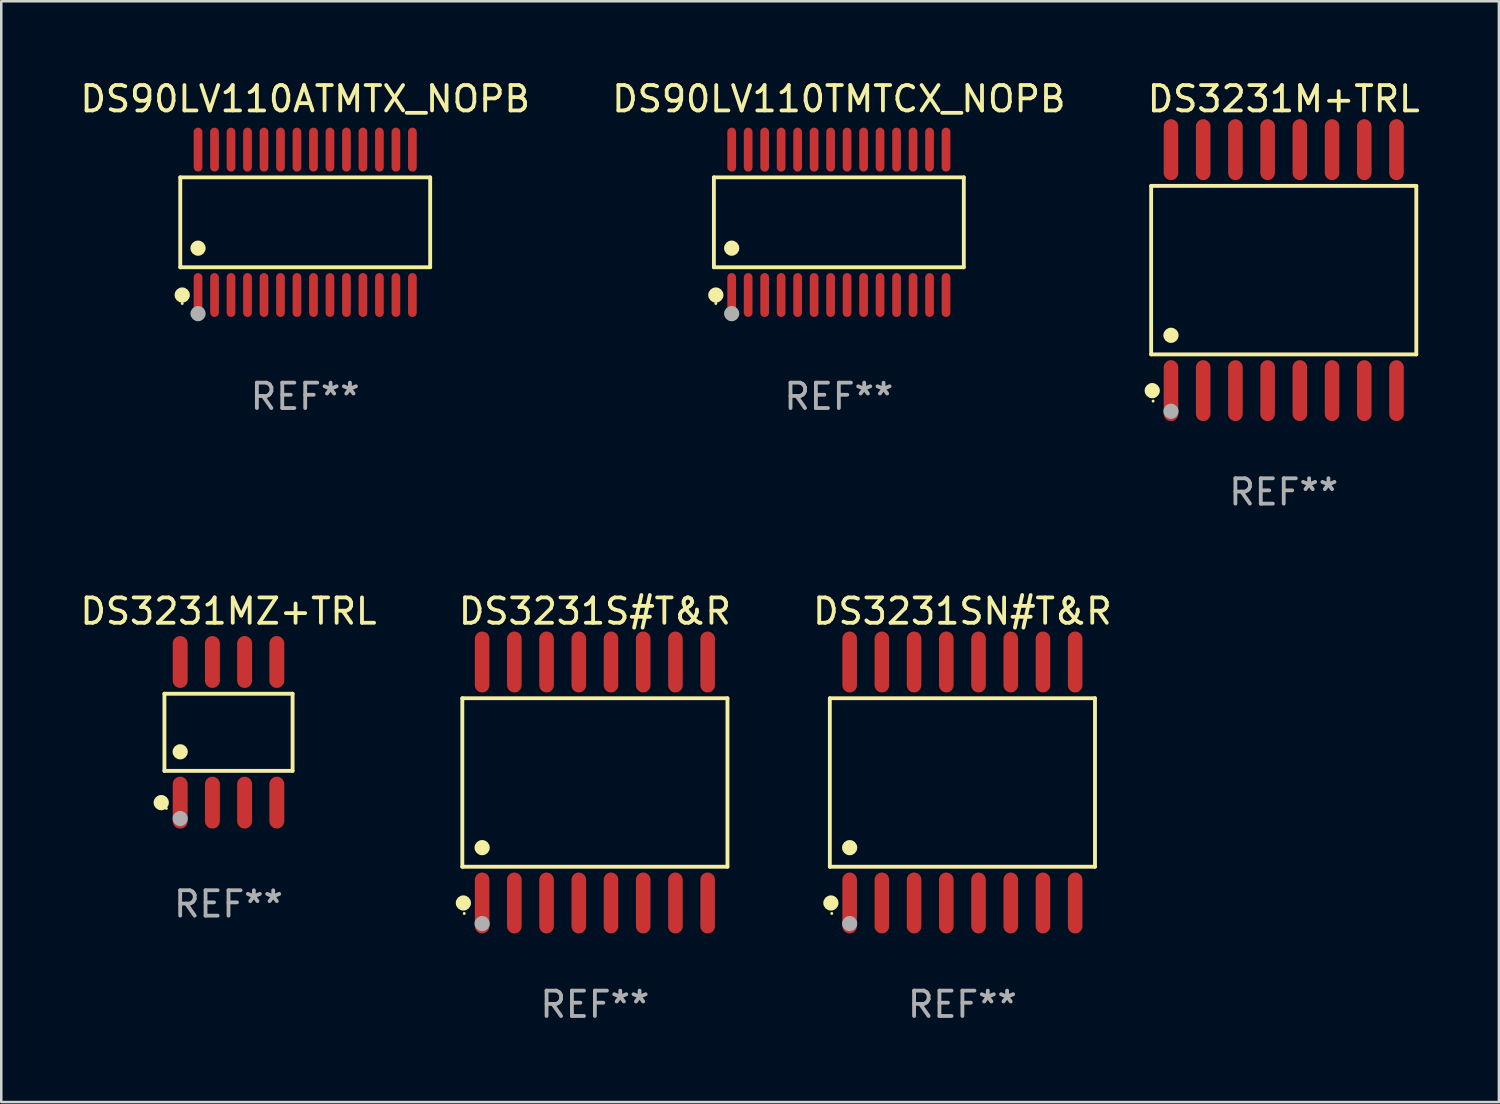
<source format=kicad_pcb>
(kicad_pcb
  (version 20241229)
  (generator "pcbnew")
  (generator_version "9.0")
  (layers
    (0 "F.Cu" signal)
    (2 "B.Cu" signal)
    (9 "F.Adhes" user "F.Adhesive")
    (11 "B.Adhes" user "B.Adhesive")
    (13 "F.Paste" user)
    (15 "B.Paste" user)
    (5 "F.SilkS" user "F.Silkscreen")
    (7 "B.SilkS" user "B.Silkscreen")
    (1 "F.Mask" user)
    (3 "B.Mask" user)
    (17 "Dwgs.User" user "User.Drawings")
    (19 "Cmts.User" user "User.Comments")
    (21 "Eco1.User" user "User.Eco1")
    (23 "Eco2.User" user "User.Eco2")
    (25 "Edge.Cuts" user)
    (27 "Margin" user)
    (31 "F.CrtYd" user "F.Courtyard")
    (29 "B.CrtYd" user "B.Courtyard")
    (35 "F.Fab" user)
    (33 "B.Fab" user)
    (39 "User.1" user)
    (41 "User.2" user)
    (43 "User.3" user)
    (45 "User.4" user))
  (footprint "DS3231S#T&R"
    (layer "F.Cu")
    (at 20.401 27.796)
    (property "Reference" "DS3231S#T&R" (at 0 -6.75 0) (layer "F.SilkS") (effects (font (size 1 1) (thickness 0.15))))
    (attr through_hole)
    (fp_line (start -5.226 -3.321) (end 5.226 -3.321) (stroke (width 0.152) (type solid)) (layer "F.SilkS"))
    (fp_line (start -5.226 3.321) (end -5.226 -3.321) (stroke (width 0.152) (type solid)) (layer "F.SilkS"))
    (fp_line (start 5.226 -3.321) (end 5.226 3.321) (stroke (width 0.152) (type solid)) (layer "F.SilkS"))
    (fp_line (start 5.226 3.321) (end -5.226 3.321) (stroke (width 0.152) (type solid)) (layer "F.SilkS"))
    (fp_circle (center -5.184 4.75) (end -5.034 4.75) (stroke (width 0.3) (type solid)) (fill no) (layer "F.SilkS"))
    (fp_circle (center -5.15 5.163) (end -5.12 5.163) (stroke (width 0.06) (type solid)) (fill no) (layer "F.SilkS"))
    (fp_circle (center -4.445 2.569) (end -4.295 2.569) (stroke (width 0.3) (type solid)) (fill no) (layer "F.SilkS"))
    (fp_circle (center -4.445 5.563) (end -4.295 5.563) (stroke (width 0.3) (type solid)) (fill no) (layer "F.Fab"))
    (fp_text user "REF**" (at 0 8.75 0) (layer "F.Fab") (effects (font (size 1 1) (thickness 0.15))))
    (pad "1" smd oval (at -4.445 4.75) (size 0.574 2.401) (layers "F.Cu" "F.Mask" "F.Paste"))
    (pad "2" smd oval (at -3.175 4.75) (size 0.574 2.401) (layers "F.Cu" "F.Mask" "F.Paste"))
    (pad "3" smd oval (at -1.905 4.75) (size 0.574 2.401) (layers "F.Cu" "F.Mask" "F.Paste"))
    (pad "4" smd oval (at -0.635 4.75) (size 0.574 2.401) (layers "F.Cu" "F.Mask" "F.Paste"))
    (pad "5" smd oval (at 0.635 4.75) (size 0.574 2.401) (layers "F.Cu" "F.Mask" "F.Paste"))
    (pad "6" smd oval (at 1.905 4.75) (size 0.574 2.401) (layers "F.Cu" "F.Mask" "F.Paste"))
    (pad "7" smd oval (at 3.175 4.75) (size 0.574 2.401) (layers "F.Cu" "F.Mask" "F.Paste"))
    (pad "8" smd oval (at 4.445 4.75) (size 0.574 2.401) (layers "F.Cu" "F.Mask" "F.Paste"))
    (pad "9" smd oval (at 4.445 -4.75) (size 0.574 2.401) (layers "F.Cu" "F.Mask" "F.Paste"))
    (pad "10" smd oval (at 3.175 -4.75) (size 0.574 2.401) (layers "F.Cu" "F.Mask" "F.Paste"))
    (pad "11" smd oval (at 1.905 -4.75) (size 0.574 2.401) (layers "F.Cu" "F.Mask" "F.Paste"))
    (pad "12" smd oval (at 0.635 -4.75) (size 0.574 2.401) (layers "F.Cu" "F.Mask" "F.Paste"))
    (pad "13" smd oval (at -0.635 -4.75) (size 0.574 2.401) (layers "F.Cu" "F.Mask" "F.Paste"))
    (pad "14" smd oval (at -1.905 -4.75) (size 0.574 2.401) (layers "F.Cu" "F.Mask" "F.Paste"))
    (pad "15" smd oval (at -3.175 -4.75) (size 0.574 2.401) (layers "F.Cu" "F.Mask" "F.Paste"))
    (pad "16" smd oval (at -4.445 -4.75) (size 0.574 2.401) (layers "F.Cu" "F.Mask" "F.Paste")))
  (footprint "DS90LV110TMTCX_NOPB"
    (layer "F.Cu")
    (at 30.018 5.714)
    (property "Reference" "DS90LV110TMTCX_NOPB" (at 0 -4.866 0) (layer "F.SilkS") (effects (font (size 1 1) (thickness 0.15))))
    (attr through_hole)
    (fp_line (start -4.926 -1.772) (end 4.926 -1.772) (stroke (width 0.152) (type solid)) (layer "F.SilkS"))
    (fp_line (start -4.926 1.771) (end -4.926 -1.772) (stroke (width 0.152) (type solid)) (layer "F.SilkS"))
    (fp_line (start 4.926 -1.772) (end 4.926 1.771) (stroke (width 0.152) (type solid)) (layer "F.SilkS"))
    (fp_line (start 4.926 1.771) (end -4.926 1.771) (stroke (width 0.152) (type solid)) (layer "F.SilkS"))
    (fp_circle (center -4.85 3.2) (end -4.82 3.2) (stroke (width 0.06) (type solid)) (fill no) (layer "F.SilkS"))
    (fp_circle (center -4.849 2.866) (end -4.699 2.866) (stroke (width 0.3) (type solid)) (fill no) (layer "F.SilkS"))
    (fp_circle (center -4.225 1.019) (end -4.075 1.019) (stroke (width 0.3) (type solid)) (fill no) (layer "F.SilkS"))
    (fp_circle (center -4.225 3.6) (end -4.075 3.6) (stroke (width 0.3) (type solid)) (fill no) (layer "F.Fab"))
    (fp_text user "REF**" (at 0 6.866 0) (layer "F.Fab") (effects (font (size 1 1) (thickness 0.15))))
    (pad "1" smd oval (at -4.225 2.866) (size 0.343 1.731) (layers "F.Cu" "F.Mask" "F.Paste"))
    (pad "2" smd oval (at -3.575 2.866) (size 0.343 1.731) (layers "F.Cu" "F.Mask" "F.Paste"))
    (pad "3" smd oval (at -2.925 2.866) (size 0.343 1.731) (layers "F.Cu" "F.Mask" "F.Paste"))
    (pad "4" smd oval (at -2.275 2.866) (size 0.343 1.731) (layers "F.Cu" "F.Mask" "F.Paste"))
    (pad "5" smd oval (at -1.625 2.866) (size 0.343 1.731) (layers "F.Cu" "F.Mask" "F.Paste"))
    (pad "6" smd oval (at -0.975 2.866) (size 0.343 1.731) (layers "F.Cu" "F.Mask" "F.Paste"))
    (pad "7" smd oval (at -0.325 2.866) (size 0.343 1.731) (layers "F.Cu" "F.Mask" "F.Paste"))
    (pad "8" smd oval (at 0.325 2.866) (size 0.343 1.731) (layers "F.Cu" "F.Mask" "F.Paste"))
    (pad "9" smd oval (at 0.975 2.866) (size 0.343 1.731) (layers "F.Cu" "F.Mask" "F.Paste"))
    (pad "10" smd oval (at 1.625 2.866) (size 0.343 1.731) (layers "F.Cu" "F.Mask" "F.Paste"))
    (pad "11" smd oval (at 2.275 2.866) (size 0.343 1.731) (layers "F.Cu" "F.Mask" "F.Paste"))
    (pad "12" smd oval (at 2.925 2.866) (size 0.343 1.731) (layers "F.Cu" "F.Mask" "F.Paste"))
    (pad "13" smd oval (at 3.575 2.866) (size 0.343 1.731) (layers "F.Cu" "F.Mask" "F.Paste"))
    (pad "14" smd oval (at 4.225 2.866) (size 0.343 1.731) (layers "F.Cu" "F.Mask" "F.Paste"))
    (pad "15" smd oval (at 4.225 -2.866) (size 0.343 1.731) (layers "F.Cu" "F.Mask" "F.Paste"))
    (pad "16" smd oval (at 3.575 -2.866) (size 0.343 1.731) (layers "F.Cu" "F.Mask" "F.Paste"))
    (pad "17" smd oval (at 2.925 -2.866) (size 0.343 1.731) (layers "F.Cu" "F.Mask" "F.Paste"))
    (pad "18" smd oval (at 2.275 -2.866) (size 0.343 1.731) (layers "F.Cu" "F.Mask" "F.Paste"))
    (pad "19" smd oval (at 1.625 -2.866) (size 0.343 1.731) (layers "F.Cu" "F.Mask" "F.Paste"))
    (pad "20" smd oval (at 0.975 -2.866) (size 0.343 1.731) (layers "F.Cu" "F.Mask" "F.Paste"))
    (pad "21" smd oval (at 0.325 -2.866) (size 0.343 1.731) (layers "F.Cu" "F.Mask" "F.Paste"))
    (pad "22" smd oval (at -0.325 -2.866) (size 0.343 1.731) (layers "F.Cu" "F.Mask" "F.Paste"))
    (pad "23" smd oval (at -0.975 -2.866) (size 0.343 1.731) (layers "F.Cu" "F.Mask" "F.Paste"))
    (pad "24" smd oval (at -1.625 -2.866) (size 0.343 1.731) (layers "F.Cu" "F.Mask" "F.Paste"))
    (pad "25" smd oval (at -2.275 -2.866) (size 0.343 1.731) (layers "F.Cu" "F.Mask" "F.Paste"))
    (pad "26" smd oval (at -2.925 -2.866) (size 0.343 1.731) (layers "F.Cu" "F.Mask" "F.Paste"))
    (pad "27" smd oval (at -3.575 -2.866) (size 0.343 1.731) (layers "F.Cu" "F.Mask" "F.Paste"))
    (pad "28" smd oval (at -4.225 -2.866) (size 0.343 1.731) (layers "F.Cu" "F.Mask" "F.Paste")))
  (footprint "DS3231M+TRL"
    (layer "F.Cu")
    (at 47.556 7.599)
    (property "Reference" "DS3231M+TRL" (at 0 -6.75 0) (layer "F.SilkS") (effects (font (size 1 1) (thickness 0.15))))
    (attr through_hole)
    (fp_line (start -5.226 -3.321) (end 5.226 -3.321) (stroke (width 0.152) (type solid)) (layer "F.SilkS"))
    (fp_line (start -5.226 3.321) (end -5.226 -3.321) (stroke (width 0.152) (type solid)) (layer "F.SilkS"))
    (fp_line (start 5.226 -3.321) (end 5.226 3.321) (stroke (width 0.152) (type solid)) (layer "F.SilkS"))
    (fp_line (start 5.226 3.321) (end -5.226 3.321) (stroke (width 0.152) (type solid)) (layer "F.SilkS"))
    (fp_circle (center -5.184 4.75) (end -5.034 4.75) (stroke (width 0.3) (type solid)) (fill no) (layer "F.SilkS"))
    (fp_circle (center -5.15 5.163) (end -5.12 5.163) (stroke (width 0.06) (type solid)) (fill no) (layer "F.SilkS"))
    (fp_circle (center -4.445 2.569) (end -4.295 2.569) (stroke (width 0.3) (type solid)) (fill no) (layer "F.SilkS"))
    (fp_circle (center -4.445 5.563) (end -4.295 5.563) (stroke (width 0.3) (type solid)) (fill no) (layer "F.Fab"))
    (fp_text user "REF**" (at 0 8.75 0) (layer "F.Fab") (effects (font (size 1 1) (thickness 0.15))))
    (pad "1" smd oval (at -4.445 4.75) (size 0.574 2.401) (layers "F.Cu" "F.Mask" "F.Paste"))
    (pad "2" smd oval (at -3.175 4.75) (size 0.574 2.401) (layers "F.Cu" "F.Mask" "F.Paste"))
    (pad "3" smd oval (at -1.905 4.75) (size 0.574 2.401) (layers "F.Cu" "F.Mask" "F.Paste"))
    (pad "4" smd oval (at -0.635 4.75) (size 0.574 2.401) (layers "F.Cu" "F.Mask" "F.Paste"))
    (pad "5" smd oval (at 0.635 4.75) (size 0.574 2.401) (layers "F.Cu" "F.Mask" "F.Paste"))
    (pad "6" smd oval (at 1.905 4.75) (size 0.574 2.401) (layers "F.Cu" "F.Mask" "F.Paste"))
    (pad "7" smd oval (at 3.175 4.75) (size 0.574 2.401) (layers "F.Cu" "F.Mask" "F.Paste"))
    (pad "8" smd oval (at 4.445 4.75) (size 0.574 2.401) (layers "F.Cu" "F.Mask" "F.Paste"))
    (pad "9" smd oval (at 4.445 -4.75) (size 0.574 2.401) (layers "F.Cu" "F.Mask" "F.Paste"))
    (pad "10" smd oval (at 3.175 -4.75) (size 0.574 2.401) (layers "F.Cu" "F.Mask" "F.Paste"))
    (pad "11" smd oval (at 1.905 -4.75) (size 0.574 2.401) (layers "F.Cu" "F.Mask" "F.Paste"))
    (pad "12" smd oval (at 0.635 -4.75) (size 0.574 2.401) (layers "F.Cu" "F.Mask" "F.Paste"))
    (pad "13" smd oval (at -0.635 -4.75) (size 0.574 2.401) (layers "F.Cu" "F.Mask" "F.Paste"))
    (pad "14" smd oval (at -1.905 -4.75) (size 0.574 2.401) (layers "F.Cu" "F.Mask" "F.Paste"))
    (pad "15" smd oval (at -3.175 -4.75) (size 0.574 2.401) (layers "F.Cu" "F.Mask" "F.Paste"))
    (pad "16" smd oval (at -4.445 -4.75) (size 0.574 2.401) (layers "F.Cu" "F.Mask" "F.Paste")))
  (footprint "DS90LV110ATMTX_NOPB"
    (layer "F.Cu")
    (at 8.982 5.714)
    (property "Reference" "DS90LV110ATMTX_NOPB" (at 0 -4.866 0) (layer "F.SilkS") (effects (font (size 1 1) (thickness 0.15))))
    (attr through_hole)
    (fp_line (start -4.926 -1.772) (end 4.926 -1.772) (stroke (width 0.152) (type solid)) (layer "F.SilkS"))
    (fp_line (start -4.926 1.771) (end -4.926 -1.772) (stroke (width 0.152) (type solid)) (layer "F.SilkS"))
    (fp_line (start 4.926 -1.772) (end 4.926 1.771) (stroke (width 0.152) (type solid)) (layer "F.SilkS"))
    (fp_line (start 4.926 1.771) (end -4.926 1.771) (stroke (width 0.152) (type solid)) (layer "F.SilkS"))
    (fp_circle (center -4.85 3.2) (end -4.82 3.2) (stroke (width 0.06) (type solid)) (fill no) (layer "F.SilkS"))
    (fp_circle (center -4.849 2.866) (end -4.699 2.866) (stroke (width 0.3) (type solid)) (fill no) (layer "F.SilkS"))
    (fp_circle (center -4.225 1.019) (end -4.075 1.019) (stroke (width 0.3) (type solid)) (fill no) (layer "F.SilkS"))
    (fp_circle (center -4.225 3.6) (end -4.075 3.6) (stroke (width 0.3) (type solid)) (fill no) (layer "F.Fab"))
    (fp_text user "REF**" (at 0 6.866 0) (layer "F.Fab") (effects (font (size 1 1) (thickness 0.15))))
    (pad "1" smd oval (at -4.225 2.866) (size 0.343 1.731) (layers "F.Cu" "F.Mask" "F.Paste"))
    (pad "2" smd oval (at -3.575 2.866) (size 0.343 1.731) (layers "F.Cu" "F.Mask" "F.Paste"))
    (pad "3" smd oval (at -2.925 2.866) (size 0.343 1.731) (layers "F.Cu" "F.Mask" "F.Paste"))
    (pad "4" smd oval (at -2.275 2.866) (size 0.343 1.731) (layers "F.Cu" "F.Mask" "F.Paste"))
    (pad "5" smd oval (at -1.625 2.866) (size 0.343 1.731) (layers "F.Cu" "F.Mask" "F.Paste"))
    (pad "6" smd oval (at -0.975 2.866) (size 0.343 1.731) (layers "F.Cu" "F.Mask" "F.Paste"))
    (pad "7" smd oval (at -0.325 2.866) (size 0.343 1.731) (layers "F.Cu" "F.Mask" "F.Paste"))
    (pad "8" smd oval (at 0.325 2.866) (size 0.343 1.731) (layers "F.Cu" "F.Mask" "F.Paste"))
    (pad "9" smd oval (at 0.975 2.866) (size 0.343 1.731) (layers "F.Cu" "F.Mask" "F.Paste"))
    (pad "10" smd oval (at 1.625 2.866) (size 0.343 1.731) (layers "F.Cu" "F.Mask" "F.Paste"))
    (pad "11" smd oval (at 2.275 2.866) (size 0.343 1.731) (layers "F.Cu" "F.Mask" "F.Paste"))
    (pad "12" smd oval (at 2.925 2.866) (size 0.343 1.731) (layers "F.Cu" "F.Mask" "F.Paste"))
    (pad "13" smd oval (at 3.575 2.866) (size 0.343 1.731) (layers "F.Cu" "F.Mask" "F.Paste"))
    (pad "14" smd oval (at 4.225 2.866) (size 0.343 1.731) (layers "F.Cu" "F.Mask" "F.Paste"))
    (pad "15" smd oval (at 4.225 -2.866) (size 0.343 1.731) (layers "F.Cu" "F.Mask" "F.Paste"))
    (pad "16" smd oval (at 3.575 -2.866) (size 0.343 1.731) (layers "F.Cu" "F.Mask" "F.Paste"))
    (pad "17" smd oval (at 2.925 -2.866) (size 0.343 1.731) (layers "F.Cu" "F.Mask" "F.Paste"))
    (pad "18" smd oval (at 2.275 -2.866) (size 0.343 1.731) (layers "F.Cu" "F.Mask" "F.Paste"))
    (pad "19" smd oval (at 1.625 -2.866) (size 0.343 1.731) (layers "F.Cu" "F.Mask" "F.Paste"))
    (pad "20" smd oval (at 0.975 -2.866) (size 0.343 1.731) (layers "F.Cu" "F.Mask" "F.Paste"))
    (pad "21" smd oval (at 0.325 -2.866) (size 0.343 1.731) (layers "F.Cu" "F.Mask" "F.Paste"))
    (pad "22" smd oval (at -0.325 -2.866) (size 0.343 1.731) (layers "F.Cu" "F.Mask" "F.Paste"))
    (pad "23" smd oval (at -0.975 -2.866) (size 0.343 1.731) (layers "F.Cu" "F.Mask" "F.Paste"))
    (pad "24" smd oval (at -1.625 -2.866) (size 0.343 1.731) (layers "F.Cu" "F.Mask" "F.Paste"))
    (pad "25" smd oval (at -2.275 -2.866) (size 0.343 1.731) (layers "F.Cu" "F.Mask" "F.Paste"))
    (pad "26" smd oval (at -2.925 -2.866) (size 0.343 1.731) (layers "F.Cu" "F.Mask" "F.Paste"))
    (pad "27" smd oval (at -3.575 -2.866) (size 0.343 1.731) (layers "F.Cu" "F.Mask" "F.Paste"))
    (pad "28" smd oval (at -4.225 -2.866) (size 0.343 1.731) (layers "F.Cu" "F.Mask" "F.Paste")))
  (footprint "DS3231MZ+TRL"
    (layer "F.Cu")
    (at 5.958 25.818)
    (property "Reference" "DS3231MZ+TRL" (at 0 -4.772 0) (layer "F.SilkS") (effects (font (size 1 1) (thickness 0.15))))
    (attr through_hole)
    (fp_line (start -2.526 -1.521) (end 2.526 -1.521) (stroke (width 0.152) (type solid)) (layer "F.SilkS"))
    (fp_line (start -2.526 1.521) (end -2.526 -1.521) (stroke (width 0.152) (type solid)) (layer "F.SilkS"))
    (fp_line (start 2.526 -1.521) (end 2.526 1.521) (stroke (width 0.152) (type solid)) (layer "F.SilkS"))
    (fp_line (start 2.526 1.521) (end -2.526 1.521) (stroke (width 0.152) (type solid)) (layer "F.SilkS"))
    (fp_circle (center -2.652 2.772) (end -2.501 2.772) (stroke (width 0.3) (type solid)) (fill no) (layer "F.SilkS"))
    (fp_circle (center -2.45 3) (end -2.42 3) (stroke (width 0.06) (type solid)) (fill no) (layer "F.SilkS"))
    (fp_circle (center -1.905 0.769) (end -1.755 0.769) (stroke (width 0.3) (type solid)) (fill no) (layer "F.SilkS"))
    (fp_circle (center -1.905 3.4) (end -1.755 3.4) (stroke (width 0.3) (type solid)) (fill no) (layer "F.Fab"))
    (fp_text user "REF**" (at 0 6.772 0) (layer "F.Fab") (effects (font (size 1 1) (thickness 0.15))))
    (pad "1" smd oval (at -1.905 2.772) (size 0.588 2.045) (layers "F.Cu" "F.Mask" "F.Paste"))
    (pad "2" smd oval (at -0.635 2.772) (size 0.588 2.045) (layers "F.Cu" "F.Mask" "F.Paste"))
    (pad "3" smd oval (at 0.635 2.772) (size 0.588 2.045) (layers "F.Cu" "F.Mask" "F.Paste"))
    (pad "4" smd oval (at 1.905 2.772) (size 0.588 2.045) (layers "F.Cu" "F.Mask" "F.Paste"))
    (pad "5" smd oval (at 1.905 -2.772) (size 0.588 2.045) (layers "F.Cu" "F.Mask" "F.Paste"))
    (pad "6" smd oval (at 0.635 -2.772) (size 0.588 2.045) (layers "F.Cu" "F.Mask" "F.Paste"))
    (pad "7" smd oval (at -0.635 -2.772) (size 0.588 2.045) (layers "F.Cu" "F.Mask" "F.Paste"))
    (pad "8" smd oval (at -1.905 -2.772) (size 0.588 2.045) (layers "F.Cu" "F.Mask" "F.Paste")))
  (footprint "DS3231SN#T&R"
    (layer "F.Cu")
    (at 34.889 27.796)
    (property "Reference" "DS3231SN#T&R" (at 0 -6.75 0) (layer "F.SilkS") (effects (font (size 1 1) (thickness 0.15))))
    (attr through_hole)
    (fp_line (start -5.226 -3.321) (end 5.226 -3.321) (stroke (width 0.152) (type solid)) (layer "F.SilkS"))
    (fp_line (start -5.226 3.321) (end -5.226 -3.321) (stroke (width 0.152) (type solid)) (layer "F.SilkS"))
    (fp_line (start 5.226 -3.321) (end 5.226 3.321) (stroke (width 0.152) (type solid)) (layer "F.SilkS"))
    (fp_line (start 5.226 3.321) (end -5.226 3.321) (stroke (width 0.152) (type solid)) (layer "F.SilkS"))
    (fp_circle (center -5.184 4.75) (end -5.034 4.75) (stroke (width 0.3) (type solid)) (fill no) (layer "F.SilkS"))
    (fp_circle (center -5.15 5.163) (end -5.12 5.163) (stroke (width 0.06) (type solid)) (fill no) (layer "F.SilkS"))
    (fp_circle (center -4.445 2.569) (end -4.295 2.569) (stroke (width 0.3) (type solid)) (fill no) (layer "F.SilkS"))
    (fp_circle (center -4.445 5.563) (end -4.295 5.563) (stroke (width 0.3) (type solid)) (fill no) (layer "F.Fab"))
    (fp_text user "REF**" (at 0 8.75 0) (layer "F.Fab") (effects (font (size 1 1) (thickness 0.15))))
    (pad "1" smd oval (at -4.445 4.75) (size 0.574 2.401) (layers "F.Cu" "F.Mask" "F.Paste"))
    (pad "2" smd oval (at -3.175 4.75) (size 0.574 2.401) (layers "F.Cu" "F.Mask" "F.Paste"))
    (pad "3" smd oval (at -1.905 4.75) (size 0.574 2.401) (layers "F.Cu" "F.Mask" "F.Paste"))
    (pad "4" smd oval (at -0.635 4.75) (size 0.574 2.401) (layers "F.Cu" "F.Mask" "F.Paste"))
    (pad "5" smd oval (at 0.635 4.75) (size 0.574 2.401) (layers "F.Cu" "F.Mask" "F.Paste"))
    (pad "6" smd oval (at 1.905 4.75) (size 0.574 2.401) (layers "F.Cu" "F.Mask" "F.Paste"))
    (pad "7" smd oval (at 3.175 4.75) (size 0.574 2.401) (layers "F.Cu" "F.Mask" "F.Paste"))
    (pad "8" smd oval (at 4.445 4.75) (size 0.574 2.401) (layers "F.Cu" "F.Mask" "F.Paste"))
    (pad "9" smd oval (at 4.445 -4.75) (size 0.574 2.401) (layers "F.Cu" "F.Mask" "F.Paste"))
    (pad "10" smd oval (at 3.175 -4.75) (size 0.574 2.401) (layers "F.Cu" "F.Mask" "F.Paste"))
    (pad "11" smd oval (at 1.905 -4.75) (size 0.574 2.401) (layers "F.Cu" "F.Mask" "F.Paste"))
    (pad "12" smd oval (at 0.635 -4.75) (size 0.574 2.401) (layers "F.Cu" "F.Mask" "F.Paste"))
    (pad "13" smd oval (at -0.635 -4.75) (size 0.574 2.401) (layers "F.Cu" "F.Mask" "F.Paste"))
    (pad "14" smd oval (at -1.905 -4.75) (size 0.574 2.401) (layers "F.Cu" "F.Mask" "F.Paste"))
    (pad "15" smd oval (at -3.175 -4.75) (size 0.574 2.401) (layers "F.Cu" "F.Mask" "F.Paste"))
    (pad "16" smd oval (at -4.445 -4.75) (size 0.574 2.401) (layers "F.Cu" "F.Mask" "F.Paste")))
  (gr_rect
    (start -3 -3)
    (end 56.038 40.394)
    (stroke (width 0.1) (type default))
    (fill no)
    (layer "Edge.Cuts")))
</source>
